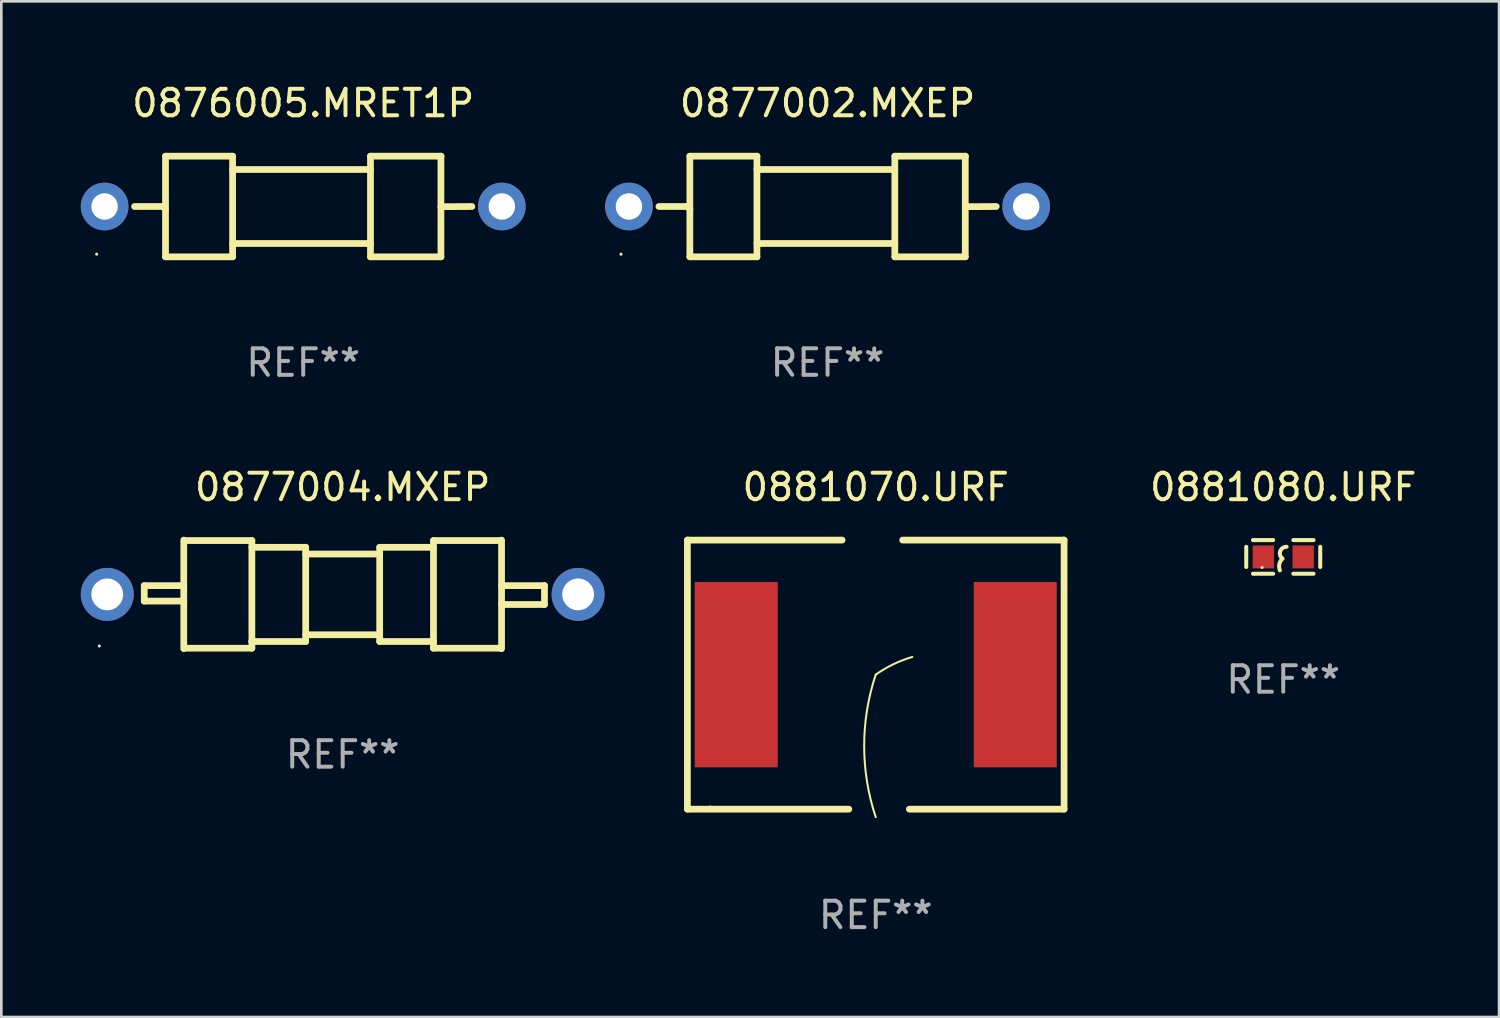
<source format=kicad_pcb>
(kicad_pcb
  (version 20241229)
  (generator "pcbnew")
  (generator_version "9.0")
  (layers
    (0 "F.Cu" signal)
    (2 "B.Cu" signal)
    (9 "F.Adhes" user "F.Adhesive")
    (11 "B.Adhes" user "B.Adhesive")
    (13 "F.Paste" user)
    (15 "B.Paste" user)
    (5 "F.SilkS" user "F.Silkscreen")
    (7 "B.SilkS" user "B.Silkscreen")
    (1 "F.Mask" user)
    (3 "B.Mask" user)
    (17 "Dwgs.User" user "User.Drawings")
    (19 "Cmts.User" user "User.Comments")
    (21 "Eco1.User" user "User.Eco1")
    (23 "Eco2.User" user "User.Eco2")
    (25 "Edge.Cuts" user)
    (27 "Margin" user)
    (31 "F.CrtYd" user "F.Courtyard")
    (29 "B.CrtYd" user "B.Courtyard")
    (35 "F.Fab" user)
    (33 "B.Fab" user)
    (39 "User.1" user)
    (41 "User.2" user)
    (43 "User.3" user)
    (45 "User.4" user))
  (footprint "0881070.URF"
    (layer "F.Cu")
    (at 30.019 22.425)
    (property "Reference" "0881070.URF" (at 0 -7.08 0) (layer "F.SilkS") (effects (font (size 1 1) (thickness 0.15))))
    (attr through_hole)
    (fp_line (start -7.112 -5.08) (end -7.112 5.08) (stroke (width 0.254) (type solid)) (layer "F.SilkS"))
    (fp_line (start -7.112 5.08) (end -1.016 5.08) (stroke (width 0.254) (type solid)) (layer "F.SilkS"))
    (fp_line (start -1.27 -5.08) (end -7.112 -5.08) (stroke (width 0.254) (type solid)) (layer "F.SilkS"))
    (fp_line (start 1.27 5.08) (end 7.112 5.08) (stroke (width 0.254) (type solid)) (layer "F.SilkS"))
    (fp_line (start 7.112 -5.08) (end 1.016 -5.08) (stroke (width 0.254) (type solid)) (layer "F.SilkS"))
    (fp_line (start 7.112 5.08) (end 7.112 -5.08) (stroke (width 0.254) (type solid)) (layer "F.SilkS"))
    (fp_arc (start 0 0) (mid 0.662842 -0.391358) (end 1.381106 -0.668155) (stroke (width 0.0762) (type solid)) (layer "F.SilkS"))
    (fp_arc (start 0 5.38095) (mid -0.436604 2.690475) (end 0 0) (stroke (width 0.0762) (type solid)) (layer "F.SilkS"))
    (fp_circle (center -6.25 5) (end -6.22 5) (stroke (width 0.06) (type solid)) (fill no) (layer "F.SilkS"))
    (fp_text user "REF**" (at 0 9.08 0) (layer "F.Fab") (effects (font (size 1 1) (thickness 0.15))))
    (pad "1" smd rect (at -5.268 0) (size 3.135 7) (layers "F.Cu" "F.Mask" "F.Paste"))
    (pad "2" smd rect (at 5.268 0) (size 3.135 7) (layers "F.Cu" "F.Mask" "F.Paste")))
  (footprint "0877004.MXEP"
    (layer "F.Cu")
    (at 9.89 19.395)
    (property "Reference" "0877004.MXEP" (at 0 -4.05 0) (layer "F.SilkS") (effects (font (size 1 1) (thickness 0.15))))
    (attr through_hole)
    (fp_line (start -7.493 -0.331) (end -7.493 0.254) (stroke (width 0.254) (type solid)) (layer "F.SilkS"))
    (fp_line (start -7.493 0.254) (end -6 0.254) (stroke (width 0.254) (type solid)) (layer "F.SilkS"))
    (fp_line (start -6 -0.331) (end -7.493 -0.331) (stroke (width 0.254) (type solid)) (layer "F.SilkS"))
    (fp_line (start -6 2.05) (end -6 -2.05) (stroke (width 0.254) (type solid)) (layer "F.SilkS"))
    (fp_line (start -5.969 -2.032) (end -3.429 -2.032) (stroke (width 0.254) (type solid)) (layer "F.SilkS"))
    (fp_line (start -3.429 -2.032) (end -3.429 2.032) (stroke (width 0.254) (type solid)) (layer "F.SilkS"))
    (fp_line (start -3.429 -1.778) (end -1.397 -1.778) (stroke (width 0.254) (type solid)) (layer "F.SilkS"))
    (fp_line (start -3.429 1.778) (end -3.429 1.778) (stroke (width 0.254) (type solid)) (layer "F.SilkS"))
    (fp_line (start -3.429 2.032) (end -5.969 2.032) (stroke (width 0.254) (type solid)) (layer "F.SilkS"))
    (fp_line (start -1.397 -1.778) (end -1.397 1.778) (stroke (width 0.254) (type solid)) (layer "F.SilkS"))
    (fp_line (start -1.397 -1.524) (end 1.397 -1.524) (stroke (width 0.254) (type solid)) (layer "F.SilkS"))
    (fp_line (start -1.397 1.524) (end 1.397 1.524) (stroke (width 0.254) (type solid)) (layer "F.SilkS"))
    (fp_line (start -1.397 1.778) (end -3.429 1.778) (stroke (width 0.254) (type solid)) (layer "F.SilkS"))
    (fp_line (start 1.397 -1.778) (end 1.397 1.778) (stroke (width 0.254) (type solid)) (layer "F.SilkS"))
    (fp_line (start 1.397 1.778) (end 3.429 1.778) (stroke (width 0.254) (type solid)) (layer "F.SilkS"))
    (fp_line (start 3.429 -2.032) (end 3.429 2.032) (stroke (width 0.254) (type solid)) (layer "F.SilkS"))
    (fp_line (start 3.429 -1.778) (end 1.397 -1.778) (stroke (width 0.254) (type solid)) (layer "F.SilkS"))
    (fp_line (start 3.429 1.778) (end 3.429 1.778) (stroke (width 0.254) (type solid)) (layer "F.SilkS"))
    (fp_line (start 3.429 2.032) (end 5.969 2.032) (stroke (width 0.254) (type solid)) (layer "F.SilkS"))
    (fp_line (start 5.969 -2.032) (end 3.429 -2.032) (stroke (width 0.254) (type solid)) (layer "F.SilkS"))
    (fp_line (start 6 -2.05) (end 6 2.05) (stroke (width 0.254) (type solid)) (layer "F.SilkS"))
    (fp_line (start 6 -0.331) (end 7.62 -0.331) (stroke (width 0.254) (type solid)) (layer "F.SilkS"))
    (fp_line (start 7.62 -0.331) (end 7.62 0.381) (stroke (width 0.254) (type solid)) (layer "F.SilkS"))
    (fp_line (start 7.62 0.381) (end 6 0.381) (stroke (width 0.254) (type solid)) (layer "F.SilkS"))
    (fp_circle (center -9.19 1.95) (end -9.16 1.95) (stroke (width 0.06) (type solid)) (fill no) (layer "F.SilkS"))
    (fp_text user "REF**" (at 0 6.05 0) (layer "F.Fab") (effects (font (size 1 1) (thickness 0.15))))
    (pad "1" thru_hole circle (at -8.89 0) (size 2 2) (drill 1.2) (layers "*.Cu" "*.Mask"))
    (pad "2" thru_hole circle (at 8.89 0) (size 2 2) (drill 1.2) (layers "*.Cu" "*.Mask")))
  (footprint "0876005.MRET1P"
    (layer "F.Cu")
    (at 8.4 4.748)
    (property "Reference" "0876005.MRET1P" (at 0 -3.9 0) (layer "F.SilkS") (effects (font (size 1 1) (thickness 0.15))))
    (attr through_hole)
    (fp_line (start -6.369 -0.000013) (end -5.295 -0.000013) (stroke (width 0.254) (type solid)) (layer "F.SilkS"))
    (fp_line (start -5.295 -0.000013) (end -5.2 0.095) (stroke (width 0.254) (type solid)) (layer "F.SilkS"))
    (fp_line (start -5.2 -1.9) (end -5.2 1.9) (stroke (width 0.254) (type solid)) (layer "F.SilkS"))
    (fp_line (start -5.2 -1.9) (end -2.667 -1.9) (stroke (width 0.254) (type solid)) (layer "F.SilkS"))
    (fp_line (start -5.2 1.9) (end -2.667 1.9) (stroke (width 0.254) (type solid)) (layer "F.SilkS"))
    (fp_line (start -2.667 -1.9) (end -2.667 1.9) (stroke (width 0.254) (type solid)) (layer "F.SilkS"))
    (fp_line (start -2.667 -1.397) (end 2.54 -1.397) (stroke (width 0.254) (type solid)) (layer "F.SilkS"))
    (fp_line (start -2.667 1.397) (end 2.54 1.397) (stroke (width 0.254) (type solid)) (layer "F.SilkS"))
    (fp_line (start 2.54 -1.9) (end 2.54 1.9) (stroke (width 0.254) (type solid)) (layer "F.SilkS"))
    (fp_line (start 2.54 -1.9) (end 5.207 -1.9) (stroke (width 0.254) (type solid)) (layer "F.SilkS"))
    (fp_line (start 2.54 1.9) (end 5.2 1.9) (stroke (width 0.254) (type solid)) (layer "F.SilkS"))
    (fp_line (start 5.2 -1.9) (end 5.2 1.9) (stroke (width 0.254) (type solid)) (layer "F.SilkS"))
    (fp_line (start 6.369 -0.000013) (end 5.2 0.007) (stroke (width 0.254) (type solid)) (layer "F.SilkS"))
    (fp_circle (center -7.8 1.8) (end -7.77 1.8) (stroke (width 0.06) (type solid)) (fill no) (layer "F.SilkS"))
    (fp_text user "REF**" (at 0 5.9 0) (layer "F.Fab") (effects (font (size 1 1) (thickness 0.15))))
    (pad "1" thru_hole circle (at -7.5 -0.000013) (size 1.8 1.8) (drill 1) (layers "*.Cu" "*.Mask"))
    (pad "2" thru_hole circle (at 7.5 -0.000013) (size 1.8 1.8) (drill 1) (layers "*.Cu" "*.Mask")))
  (footprint "0877002.MXEP"
    (layer "F.Cu")
    (at 28.2 4.748)
    (property "Reference" "0877002.MXEP" (at 0 -3.9 0) (layer "F.SilkS") (effects (font (size 1 1) (thickness 0.15))))
    (attr through_hole)
    (fp_line (start -6.369 -0.000013) (end -5.295 -0.000013) (stroke (width 0.254) (type solid)) (layer "F.SilkS"))
    (fp_line (start -5.295 -0.000013) (end -5.2 0.095) (stroke (width 0.254) (type solid)) (layer "F.SilkS"))
    (fp_line (start -5.2 -1.9) (end -5.2 1.9) (stroke (width 0.254) (type solid)) (layer "F.SilkS"))
    (fp_line (start -5.2 -1.9) (end -2.667 -1.9) (stroke (width 0.254) (type solid)) (layer "F.SilkS"))
    (fp_line (start -5.2 1.9) (end -2.667 1.9) (stroke (width 0.254) (type solid)) (layer "F.SilkS"))
    (fp_line (start -2.667 -1.9) (end -2.667 1.9) (stroke (width 0.254) (type solid)) (layer "F.SilkS"))
    (fp_line (start -2.667 -1.397) (end 2.54 -1.397) (stroke (width 0.254) (type solid)) (layer "F.SilkS"))
    (fp_line (start -2.667 1.397) (end 2.54 1.397) (stroke (width 0.254) (type solid)) (layer "F.SilkS"))
    (fp_line (start 2.54 -1.9) (end 2.54 1.9) (stroke (width 0.254) (type solid)) (layer "F.SilkS"))
    (fp_line (start 2.54 -1.9) (end 5.207 -1.9) (stroke (width 0.254) (type solid)) (layer "F.SilkS"))
    (fp_line (start 2.54 1.9) (end 5.2 1.9) (stroke (width 0.254) (type solid)) (layer "F.SilkS"))
    (fp_line (start 5.2 -1.9) (end 5.2 1.9) (stroke (width 0.254) (type solid)) (layer "F.SilkS"))
    (fp_line (start 6.369 -0.000013) (end 5.2 0.007) (stroke (width 0.254) (type solid)) (layer "F.SilkS"))
    (fp_circle (center -7.8 1.8) (end -7.77 1.8) (stroke (width 0.06) (type solid)) (fill no) (layer "F.SilkS"))
    (fp_text user "REF**" (at 0 5.9 0) (layer "F.Fab") (effects (font (size 1 1) (thickness 0.15))))
    (pad "1" thru_hole circle (at -7.5 -0.000013) (size 1.8 1.8) (drill 1) (layers "*.Cu" "*.Mask"))
    (pad "2" thru_hole circle (at 7.5 -0.000013) (size 1.8 1.8) (drill 1) (layers "*.Cu" "*.Mask")))
  (footprint "0881080.URF"
    (layer "F.Cu")
    (at 45.407 17.98)
    (property "Reference" "0881080.URF" (at 0 -2.635 0) (layer "F.SilkS") (effects (font (size 1 1) (thickness 0.15))))
    (attr through_hole)
    (fp_line (start -1.397 -0.381) (end -1.397 0.381) (stroke (width 0.152) (type solid)) (layer "F.SilkS"))
    (fp_line (start -0.381 -0.635) (end -1.143 -0.635) (stroke (width 0.152) (type solid)) (layer "F.SilkS"))
    (fp_line (start -0.381 0.635) (end -1.143 0.635) (stroke (width 0.152) (type solid)) (layer "F.SilkS"))
    (fp_line (start 0.381 -0.635) (end 1.143 -0.635) (stroke (width 0.152) (type solid)) (layer "F.SilkS"))
    (fp_line (start 0.381 0.635) (end 1.143 0.635) (stroke (width 0.152) (type solid)) (layer "F.SilkS"))
    (fp_line (start 1.397 -0.381) (end 1.397 0.381) (stroke (width 0.152) (type solid)) (layer "F.SilkS"))
    (fp_arc (start -0.127 0.508001) (mid -0.146523 0.271131) (end -0.030861 0.0635) (stroke (width 0.151994) (type solid)) (layer "F.SilkS"))
    (fp_arc (start -0.03175 0.0635) (mid -0.113571 -0.216321) (end 0.127001 -0.381002) (stroke (width 0.151994) (type solid)) (layer "F.SilkS"))
    (fp_circle (center -0.8 0.4) (end -0.77 0.4) (stroke (width 0.06) (type solid)) (fill no) (layer "F.SilkS"))
    (fp_text user "REF**" (at 0 4.635 0) (layer "F.Fab") (effects (font (size 1 1) (thickness 0.15))))
    (pad "1" smd rect (at -0.753 0) (size 0.806 0.864) (layers "F.Cu" "F.Mask" "F.Paste"))
    (pad "2" smd rect (at 0.753 0) (size 0.806 0.864) (layers "F.Cu" "F.Mask" "F.Paste")))
  (gr_rect
    (start -3 -3)
    (end 53.556 35.353)
    (stroke (width 0.1) (type default))
    (fill no)
    (layer "Edge.Cuts")))
</source>
